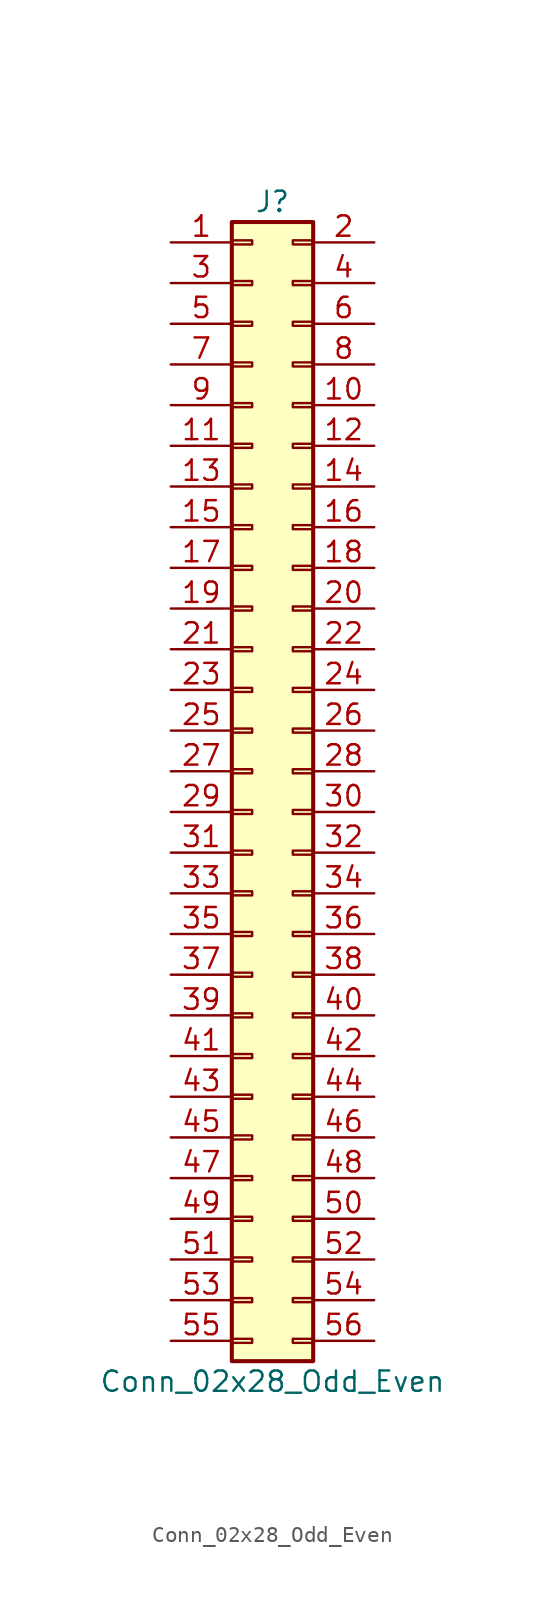
<source format=kicad_sym>
(kicad_symbol_lib
  (version 20201005)
  (generator kicad_symbol_editor)
  (symbol "Conn_02x28_Odd_Even"
    (pin_names
      (offset 1.016) hide)
    (property "Reference" "J"
      (at 1.27 35.56 0)
      (effects (font (size 1.27 1.27))))
    (property "Value" "Conn_02x28_Odd_Even"
      (at 1.27 -38.1 0)
      (effects (font (size 1.27 1.27))))
    (symbol "Conn_02x28_Odd_Even_1_1"
      (rectangle (start -1.27 -35.433) (end 0 -35.687) (stroke (width 0.152)) (fill (type none)))
      (rectangle (start -1.27 -32.893) (end 0 -33.147) (stroke (width 0.152)) (fill (type none)))
      (rectangle (start -1.27 -30.353) (end 0 -30.607) (stroke (width 0.152)) (fill (type none)))
      (rectangle (start -1.27 -27.813) (end 0 -28.067) (stroke (width 0.152)) (fill (type none)))
      (rectangle (start -1.27 -25.273) (end 0 -25.527) (stroke (width 0.152)) (fill (type none)))
      (rectangle (start -1.27 -22.733) (end 0 -22.987) (stroke (width 0.152)) (fill (type none)))
      (rectangle (start -1.27 -20.193) (end 0 -20.447) (stroke (width 0.152)) (fill (type none)))
      (rectangle (start -1.27 -17.653) (end 0 -17.907) (stroke (width 0.152)) (fill (type none)))
      (rectangle (start -1.27 -15.113) (end 0 -15.367) (stroke (width 0.152)) (fill (type none)))
      (rectangle (start -1.27 -12.573) (end 0 -12.827) (stroke (width 0.152)) (fill (type none)))
      (rectangle (start -1.27 -10.033) (end 0 -10.287) (stroke (width 0.152)) (fill (type none)))
      (rectangle (start -1.27 -7.493) (end 0 -7.747) (stroke (width 0.152)) (fill (type none)))
      (rectangle (start -1.27 -4.953) (end 0 -5.207) (stroke (width 0.152)) (fill (type none)))
      (rectangle (start -1.27 -2.413) (end 0 -2.667) (stroke (width 0.152)) (fill (type none)))
      (rectangle (start -1.27 0.127) (end 0 -0.127) (stroke (width 0.152)) (fill (type none)))
      (rectangle (start -1.27 2.667) (end 0 2.413) (stroke (width 0.152)) (fill (type none)))
      (rectangle (start -1.27 5.207) (end 0 4.953) (stroke (width 0.152)) (fill (type none)))
      (rectangle (start -1.27 7.747) (end 0 7.493) (stroke (width 0.152)) (fill (type none)))
      (rectangle (start -1.27 10.287) (end 0 10.033) (stroke (width 0.152)) (fill (type none)))
      (rectangle (start -1.27 12.827) (end 0 12.573) (stroke (width 0.152)) (fill (type none)))
      (rectangle (start -1.27 15.367) (end 0 15.113) (stroke (width 0.152)) (fill (type none)))
      (rectangle (start -1.27 17.907) (end 0 17.653) (stroke (width 0.152)) (fill (type none)))
      (rectangle (start -1.27 20.447) (end 0 20.193) (stroke (width 0.152)) (fill (type none)))
      (rectangle (start -1.27 22.987) (end 0 22.733) (stroke (width 0.152)) (fill (type none)))
      (rectangle (start -1.27 25.527) (end 0 25.273) (stroke (width 0.152)) (fill (type none)))
      (rectangle (start -1.27 28.067) (end 0 27.813) (stroke (width 0.152)) (fill (type none)))
      (rectangle (start -1.27 30.607) (end 0 30.353) (stroke (width 0.152)) (fill (type none)))
      (rectangle (start -1.27 33.147) (end 0 32.893) (stroke (width 0.152)) (fill (type none)))
      (rectangle (start -1.27 34.29) (end 3.81 -36.83) (stroke (width 0.254)) (fill (type background)))
      (rectangle (start 3.81 -35.433) (end 2.54 -35.687) (stroke (width 0.152)) (fill (type none)))
      (rectangle (start 3.81 -32.893) (end 2.54 -33.147) (stroke (width 0.152)) (fill (type none)))
      (rectangle (start 3.81 -30.353) (end 2.54 -30.607) (stroke (width 0.152)) (fill (type none)))
      (rectangle (start 3.81 -27.813) (end 2.54 -28.067) (stroke (width 0.152)) (fill (type none)))
      (rectangle (start 3.81 -25.273) (end 2.54 -25.527) (stroke (width 0.152)) (fill (type none)))
      (rectangle (start 3.81 -22.733) (end 2.54 -22.987) (stroke (width 0.152)) (fill (type none)))
      (rectangle (start 3.81 -20.193) (end 2.54 -20.447) (stroke (width 0.152)) (fill (type none)))
      (rectangle (start 3.81 -17.653) (end 2.54 -17.907) (stroke (width 0.152)) (fill (type none)))
      (rectangle (start 3.81 -15.113) (end 2.54 -15.367) (stroke (width 0.152)) (fill (type none)))
      (rectangle (start 3.81 -12.573) (end 2.54 -12.827) (stroke (width 0.152)) (fill (type none)))
      (rectangle (start 3.81 -10.033) (end 2.54 -10.287) (stroke (width 0.152)) (fill (type none)))
      (rectangle (start 3.81 -7.493) (end 2.54 -7.747) (stroke (width 0.152)) (fill (type none)))
      (rectangle (start 3.81 -4.953) (end 2.54 -5.207) (stroke (width 0.152)) (fill (type none)))
      (rectangle (start 3.81 -2.413) (end 2.54 -2.667) (stroke (width 0.152)) (fill (type none)))
      (rectangle (start 3.81 0.127) (end 2.54 -0.127) (stroke (width 0.152)) (fill (type none)))
      (rectangle (start 3.81 2.667) (end 2.54 2.413) (stroke (width 0.152)) (fill (type none)))
      (rectangle (start 3.81 5.207) (end 2.54 4.953) (stroke (width 0.152)) (fill (type none)))
      (rectangle (start 3.81 7.747) (end 2.54 7.493) (stroke (width 0.152)) (fill (type none)))
      (rectangle (start 3.81 10.287) (end 2.54 10.033) (stroke (width 0.152)) (fill (type none)))
      (rectangle (start 3.81 12.827) (end 2.54 12.573) (stroke (width 0.152)) (fill (type none)))
      (rectangle (start 3.81 15.367) (end 2.54 15.113) (stroke (width 0.152)) (fill (type none)))
      (rectangle (start 3.81 17.907) (end 2.54 17.653) (stroke (width 0.152)) (fill (type none)))
      (rectangle (start 3.81 20.447) (end 2.54 20.193) (stroke (width 0.152)) (fill (type none)))
      (rectangle (start 3.81 22.987) (end 2.54 22.733) (stroke (width 0.152)) (fill (type none)))
      (rectangle (start 3.81 25.527) (end 2.54 25.273) (stroke (width 0.152)) (fill (type none)))
      (rectangle (start 3.81 28.067) (end 2.54 27.813) (stroke (width 0.152)) (fill (type none)))
      (rectangle (start 3.81 30.607) (end 2.54 30.353) (stroke (width 0.152)) (fill (type none)))
      (rectangle (start 3.81 33.147) (end 2.54 32.893) (stroke (width 0.152)) (fill (type none)))
      (pin passive line (at -5.08 33.02 0) (length 3.81) (name "Pin_1" (effects (font (size 1.27 1.27)))) (number "1" (effects (font (size 1.27 1.27)))))
      (pin passive line (at 7.62 22.86 180) (length 3.81) (name "Pin_10" (effects (font (size 1.27 1.27)))) (number "10" (effects (font (size 1.27 1.27)))))
      (pin passive line (at -5.08 20.32 0) (length 3.81) (name "Pin_11" (effects (font (size 1.27 1.27)))) (number "11" (effects (font (size 1.27 1.27)))))
      (pin passive line (at 7.62 20.32 180) (length 3.81) (name "Pin_12" (effects (font (size 1.27 1.27)))) (number "12" (effects (font (size 1.27 1.27)))))
      (pin passive line (at -5.08 17.78 0) (length 3.81) (name "Pin_13" (effects (font (size 1.27 1.27)))) (number "13" (effects (font (size 1.27 1.27)))))
      (pin passive line (at 7.62 17.78 180) (length 3.81) (name "Pin_14" (effects (font (size 1.27 1.27)))) (number "14" (effects (font (size 1.27 1.27)))))
      (pin passive line (at -5.08 15.24 0) (length 3.81) (name "Pin_15" (effects (font (size 1.27 1.27)))) (number "15" (effects (font (size 1.27 1.27)))))
      (pin passive line (at 7.62 15.24 180) (length 3.81) (name "Pin_16" (effects (font (size 1.27 1.27)))) (number "16" (effects (font (size 1.27 1.27)))))
      (pin passive line (at -5.08 12.7 0) (length 3.81) (name "Pin_17" (effects (font (size 1.27 1.27)))) (number "17" (effects (font (size 1.27 1.27)))))
      (pin passive line (at 7.62 12.7 180) (length 3.81) (name "Pin_18" (effects (font (size 1.27 1.27)))) (number "18" (effects (font (size 1.27 1.27)))))
      (pin passive line (at -5.08 10.16 0) (length 3.81) (name "Pin_19" (effects (font (size 1.27 1.27)))) (number "19" (effects (font (size 1.27 1.27)))))
      (pin passive line (at 7.62 33.02 180) (length 3.81) (name "Pin_2" (effects (font (size 1.27 1.27)))) (number "2" (effects (font (size 1.27 1.27)))))
      (pin passive line (at 7.62 10.16 180) (length 3.81) (name "Pin_20" (effects (font (size 1.27 1.27)))) (number "20" (effects (font (size 1.27 1.27)))))
      (pin passive line (at -5.08 7.62 0) (length 3.81) (name "Pin_21" (effects (font (size 1.27 1.27)))) (number "21" (effects (font (size 1.27 1.27)))))
      (pin passive line (at 7.62 7.62 180) (length 3.81) (name "Pin_22" (effects (font (size 1.27 1.27)))) (number "22" (effects (font (size 1.27 1.27)))))
      (pin passive line (at -5.08 5.08 0) (length 3.81) (name "Pin_23" (effects (font (size 1.27 1.27)))) (number "23" (effects (font (size 1.27 1.27)))))
      (pin passive line (at 7.62 5.08 180) (length 3.81) (name "Pin_24" (effects (font (size 1.27 1.27)))) (number "24" (effects (font (size 1.27 1.27)))))
      (pin passive line (at -5.08 2.54 0) (length 3.81) (name "Pin_25" (effects (font (size 1.27 1.27)))) (number "25" (effects (font (size 1.27 1.27)))))
      (pin passive line (at 7.62 2.54 180) (length 3.81) (name "Pin_26" (effects (font (size 1.27 1.27)))) (number "26" (effects (font (size 1.27 1.27)))))
      (pin passive line (at -5.08 0 0) (length 3.81) (name "Pin_27" (effects (font (size 1.27 1.27)))) (number "27" (effects (font (size 1.27 1.27)))))
      (pin passive line (at 7.62 0 180) (length 3.81) (name "Pin_28" (effects (font (size 1.27 1.27)))) (number "28" (effects (font (size 1.27 1.27)))))
      (pin passive line (at -5.08 -2.54 0) (length 3.81) (name "Pin_29" (effects (font (size 1.27 1.27)))) (number "29" (effects (font (size 1.27 1.27)))))
      (pin passive line (at -5.08 30.48 0) (length 3.81) (name "Pin_3" (effects (font (size 1.27 1.27)))) (number "3" (effects (font (size 1.27 1.27)))))
      (pin passive line (at 7.62 -2.54 180) (length 3.81) (name "Pin_30" (effects (font (size 1.27 1.27)))) (number "30" (effects (font (size 1.27 1.27)))))
      (pin passive line (at -5.08 -5.08 0) (length 3.81) (name "Pin_31" (effects (font (size 1.27 1.27)))) (number "31" (effects (font (size 1.27 1.27)))))
      (pin passive line (at 7.62 -5.08 180) (length 3.81) (name "Pin_32" (effects (font (size 1.27 1.27)))) (number "32" (effects (font (size 1.27 1.27)))))
      (pin passive line (at -5.08 -7.62 0) (length 3.81) (name "Pin_33" (effects (font (size 1.27 1.27)))) (number "33" (effects (font (size 1.27 1.27)))))
      (pin passive line (at 7.62 -7.62 180) (length 3.81) (name "Pin_34" (effects (font (size 1.27 1.27)))) (number "34" (effects (font (size 1.27 1.27)))))
      (pin passive line (at -5.08 -10.16 0) (length 3.81) (name "Pin_35" (effects (font (size 1.27 1.27)))) (number "35" (effects (font (size 1.27 1.27)))))
      (pin passive line (at 7.62 -10.16 180) (length 3.81) (name "Pin_36" (effects (font (size 1.27 1.27)))) (number "36" (effects (font (size 1.27 1.27)))))
      (pin passive line (at -5.08 -12.7 0) (length 3.81) (name "Pin_37" (effects (font (size 1.27 1.27)))) (number "37" (effects (font (size 1.27 1.27)))))
      (pin passive line (at 7.62 -12.7 180) (length 3.81) (name "Pin_38" (effects (font (size 1.27 1.27)))) (number "38" (effects (font (size 1.27 1.27)))))
      (pin passive line (at -5.08 -15.24 0) (length 3.81) (name "Pin_39" (effects (font (size 1.27 1.27)))) (number "39" (effects (font (size 1.27 1.27)))))
      (pin passive line (at 7.62 30.48 180) (length 3.81) (name "Pin_4" (effects (font (size 1.27 1.27)))) (number "4" (effects (font (size 1.27 1.27)))))
      (pin passive line (at 7.62 -15.24 180) (length 3.81) (name "Pin_40" (effects (font (size 1.27 1.27)))) (number "40" (effects (font (size 1.27 1.27)))))
      (pin passive line (at -5.08 -17.78 0) (length 3.81) (name "Pin_41" (effects (font (size 1.27 1.27)))) (number "41" (effects (font (size 1.27 1.27)))))
      (pin passive line (at 7.62 -17.78 180) (length 3.81) (name "Pin_42" (effects (font (size 1.27 1.27)))) (number "42" (effects (font (size 1.27 1.27)))))
      (pin passive line (at -5.08 -20.32 0) (length 3.81) (name "Pin_43" (effects (font (size 1.27 1.27)))) (number "43" (effects (font (size 1.27 1.27)))))
      (pin passive line (at 7.62 -20.32 180) (length 3.81) (name "Pin_44" (effects (font (size 1.27 1.27)))) (number "44" (effects (font (size 1.27 1.27)))))
      (pin passive line (at -5.08 -22.86 0) (length 3.81) (name "Pin_45" (effects (font (size 1.27 1.27)))) (number "45" (effects (font (size 1.27 1.27)))))
      (pin passive line (at 7.62 -22.86 180) (length 3.81) (name "Pin_46" (effects (font (size 1.27 1.27)))) (number "46" (effects (font (size 1.27 1.27)))))
      (pin passive line (at -5.08 -25.4 0) (length 3.81) (name "Pin_47" (effects (font (size 1.27 1.27)))) (number "47" (effects (font (size 1.27 1.27)))))
      (pin passive line (at 7.62 -25.4 180) (length 3.81) (name "Pin_48" (effects (font (size 1.27 1.27)))) (number "48" (effects (font (size 1.27 1.27)))))
      (pin passive line (at -5.08 -27.94 0) (length 3.81) (name "Pin_49" (effects (font (size 1.27 1.27)))) (number "49" (effects (font (size 1.27 1.27)))))
      (pin passive line (at -5.08 27.94 0) (length 3.81) (name "Pin_5" (effects (font (size 1.27 1.27)))) (number "5" (effects (font (size 1.27 1.27)))))
      (pin passive line (at 7.62 -27.94 180) (length 3.81) (name "Pin_50" (effects (font (size 1.27 1.27)))) (number "50" (effects (font (size 1.27 1.27)))))
      (pin passive line (at -5.08 -30.48 0) (length 3.81) (name "Pin_51" (effects (font (size 1.27 1.27)))) (number "51" (effects (font (size 1.27 1.27)))))
      (pin passive line (at 7.62 -30.48 180) (length 3.81) (name "Pin_52" (effects (font (size 1.27 1.27)))) (number "52" (effects (font (size 1.27 1.27)))))
      (pin passive line (at -5.08 -33.02 0) (length 3.81) (name "Pin_53" (effects (font (size 1.27 1.27)))) (number "53" (effects (font (size 1.27 1.27)))))
      (pin passive line (at 7.62 -33.02 180) (length 3.81) (name "Pin_54" (effects (font (size 1.27 1.27)))) (number "54" (effects (font (size 1.27 1.27)))))
      (pin passive line (at -5.08 -35.56 0) (length 3.81) (name "Pin_55" (effects (font (size 1.27 1.27)))) (number "55" (effects (font (size 1.27 1.27)))))
      (pin passive line (at 7.62 -35.56 180) (length 3.81) (name "Pin_56" (effects (font (size 1.27 1.27)))) (number "56" (effects (font (size 1.27 1.27)))))
      (pin passive line (at 7.62 27.94 180) (length 3.81) (name "Pin_6" (effects (font (size 1.27 1.27)))) (number "6" (effects (font (size 1.27 1.27)))))
      (pin passive line (at -5.08 25.4 0) (length 3.81) (name "Pin_7" (effects (font (size 1.27 1.27)))) (number "7" (effects (font (size 1.27 1.27)))))
      (pin passive line (at 7.62 25.4 180) (length 3.81) (name "Pin_8" (effects (font (size 1.27 1.27)))) (number "8" (effects (font (size 1.27 1.27)))))
      (pin passive line (at -5.08 22.86 0) (length 3.81) (name "Pin_9" (effects (font (size 1.27 1.27)))) (number "9" (effects (font (size 1.27 1.27))))))))
</source>
